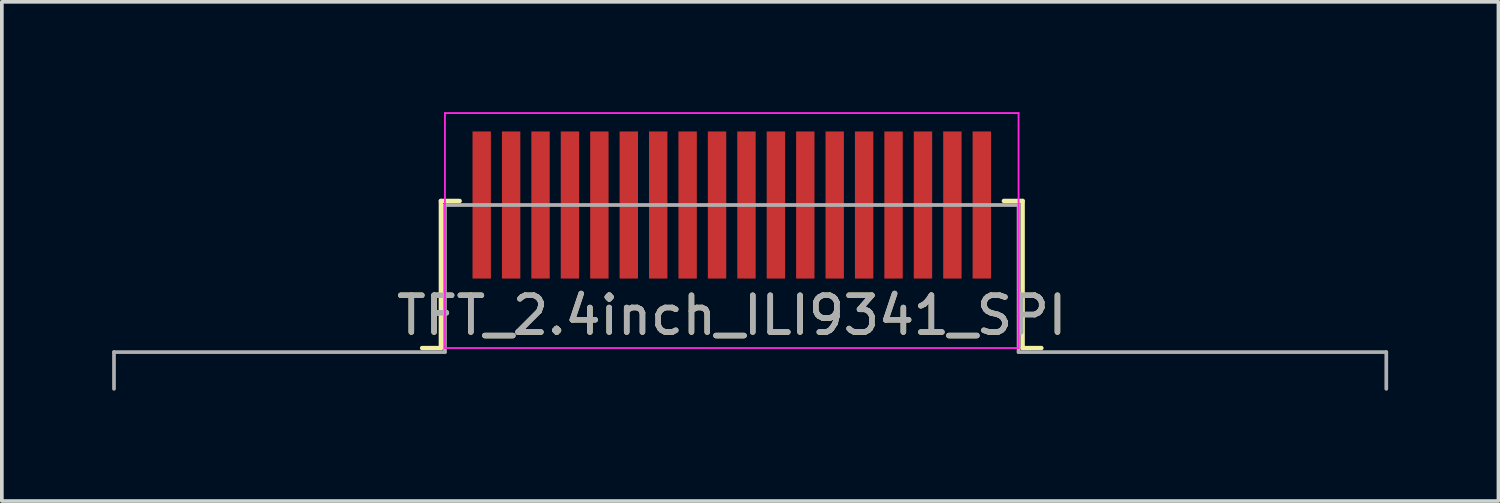
<source format=kicad_pcb>
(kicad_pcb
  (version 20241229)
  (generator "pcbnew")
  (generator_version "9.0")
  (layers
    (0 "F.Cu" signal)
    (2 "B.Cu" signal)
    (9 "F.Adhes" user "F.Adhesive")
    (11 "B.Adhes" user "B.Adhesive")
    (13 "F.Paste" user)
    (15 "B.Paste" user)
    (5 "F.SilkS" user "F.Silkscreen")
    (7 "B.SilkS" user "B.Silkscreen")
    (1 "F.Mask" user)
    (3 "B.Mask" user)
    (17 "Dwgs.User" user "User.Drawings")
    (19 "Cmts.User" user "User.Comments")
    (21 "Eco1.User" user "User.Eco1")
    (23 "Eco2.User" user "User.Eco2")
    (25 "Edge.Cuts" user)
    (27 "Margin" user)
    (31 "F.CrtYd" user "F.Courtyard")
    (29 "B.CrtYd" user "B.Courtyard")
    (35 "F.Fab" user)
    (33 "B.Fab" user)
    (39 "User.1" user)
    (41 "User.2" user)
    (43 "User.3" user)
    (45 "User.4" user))
  (footprint "TFT_2.4inch_ILI9341_SPI"
    (layer "F.Cu")
    (at 16.85 2.525)
    (property "Reference" "TFT_2.4inch_ILI9341_SPI" (at 0 3 0) (layer "F.SilkS") (effects (font (size 1 1) (thickness 0.15))))
    (attr smd)
    (fp_line (start -8.42 3.89) (end -7.91 3.89) (stroke (width 0.12) (type solid)) (layer "F.SilkS"))
    (fp_line (start -7.91 -0.11) (end -7.91 3.89) (stroke (width 0.12) (type solid)) (layer "F.SilkS"))
    (fp_line (start -7.91 -0.11) (end -7.4 -0.11) (stroke (width 0.12) (type solid)) (layer "F.SilkS"))
    (fp_line (start 7.4 -0.11) (end 7.91 -0.11) (stroke (width 0.12) (type solid)) (layer "F.SilkS"))
    (fp_line (start 7.91 -0.11) (end 7.91 3.89) (stroke (width 0.12) (type solid)) (layer "F.SilkS"))
    (fp_line (start 7.91 3.89) (end 8.42 3.89) (stroke (width 0.12) (type solid)) (layer "F.SilkS"))
    (fp_line (start -7.8 -2.5) (end -7.8 3.89) (stroke (width 0.05) (type solid)) (layer "F.CrtYd"))
    (fp_line (start -7.8 -2.5) (end 7.8 -2.5) (stroke (width 0.05) (type solid)) (layer "F.CrtYd"))
    (fp_line (start -7.8 3.89) (end 7.8 3.89) (stroke (width 0.05) (type solid)) (layer "F.CrtYd"))
    (fp_line (start 7.8 3.89) (end 7.8 -2.5) (stroke (width 0.05) (type solid)) (layer "F.CrtYd"))
    (fp_line (start -16.8 4) (end -16.8 5) (stroke (width 0.1) (type solid)) (layer "F.Fab"))
    (fp_line (start -16.8 4) (end -7.8 4) (stroke (width 0.1) (type solid)) (layer "F.Fab"))
    (fp_line (start -7.8 0) (end -7.8 4) (stroke (width 0.1) (type solid)) (layer "F.Fab"))
    (fp_line (start -7.8 0) (end 7.8 0) (stroke (width 0.1) (type solid)) (layer "F.Fab"))
    (fp_line (start 7.8 4) (end 7.8 0) (stroke (width 0.1) (type solid)) (layer "F.Fab"))
    (fp_line (start 7.8 4) (end 17.8 4) (stroke (width 0.1) (type solid)) (layer "F.Fab"))
    (fp_line (start 17.8 4) (end 17.8 5) (stroke (width 0.1) (type solid)) (layer "F.Fab"))
    (fp_text user "${REFERENCE}" (at 0 3 0) (layer "F.Fab") (effects (font (size 1 1) (thickness 0.15))))
    (pad "1" smd rect (at -6.8 0) (size 0.5 4) (layers "F.Cu" "F.Mask" "F.Paste"))
    (pad "2" smd rect (at -6 0) (size 0.5 4) (layers "F.Cu" "F.Mask" "F.Paste"))
    (pad "3" smd rect (at -5.2 0) (size 0.5 4) (layers "F.Cu" "F.Mask" "F.Paste"))
    (pad "4" smd rect (at -4.4 0) (size 0.5 4) (layers "F.Cu" "F.Mask" "F.Paste"))
    (pad "5" smd rect (at -3.6 0) (size 0.5 4) (layers "F.Cu" "F.Mask" "F.Paste"))
    (pad "6" smd rect (at -2.8 0) (size 0.5 4) (layers "F.Cu" "F.Mask" "F.Paste"))
    (pad "7" smd rect (at -2 0) (size 0.5 4) (layers "F.Cu" "F.Mask" "F.Paste"))
    (pad "8" smd rect (at -1.2 0) (size 0.5 4) (layers "F.Cu" "F.Mask" "F.Paste"))
    (pad "9" smd rect (at -0.4 0) (size 0.5 4) (layers "F.Cu" "F.Mask" "F.Paste"))
    (pad "10" smd rect (at 0.4 0) (size 0.5 4) (layers "F.Cu" "F.Mask" "F.Paste"))
    (pad "11" smd rect (at 1.2 0) (size 0.5 4) (layers "F.Cu" "F.Mask" "F.Paste"))
    (pad "12" smd rect (at 2 0) (size 0.5 4) (layers "F.Cu" "F.Mask" "F.Paste"))
    (pad "13" smd rect (at 2.8 0) (size 0.5 4) (layers "F.Cu" "F.Mask" "F.Paste"))
    (pad "14" smd rect (at 3.6 0) (size 0.5 4) (layers "F.Cu" "F.Mask" "F.Paste"))
    (pad "15" smd rect (at 4.4 0) (size 0.5 4) (layers "F.Cu" "F.Mask" "F.Paste"))
    (pad "16" smd rect (at 5.2 0) (size 0.5 4) (layers "F.Cu" "F.Mask" "F.Paste"))
    (pad "17" smd rect (at 6 0) (size 0.5 4) (layers "F.Cu" "F.Mask" "F.Paste"))
    (pad "18" smd rect (at 6.8 0) (size 0.5 4) (layers "F.Cu" "F.Mask" "F.Paste")))
  (gr_rect
    (start -3 -3)
    (end 37.7 10.575)
    (stroke (width 0.1) (type default))
    (fill no)
    (layer "Edge.Cuts")))
</source>
